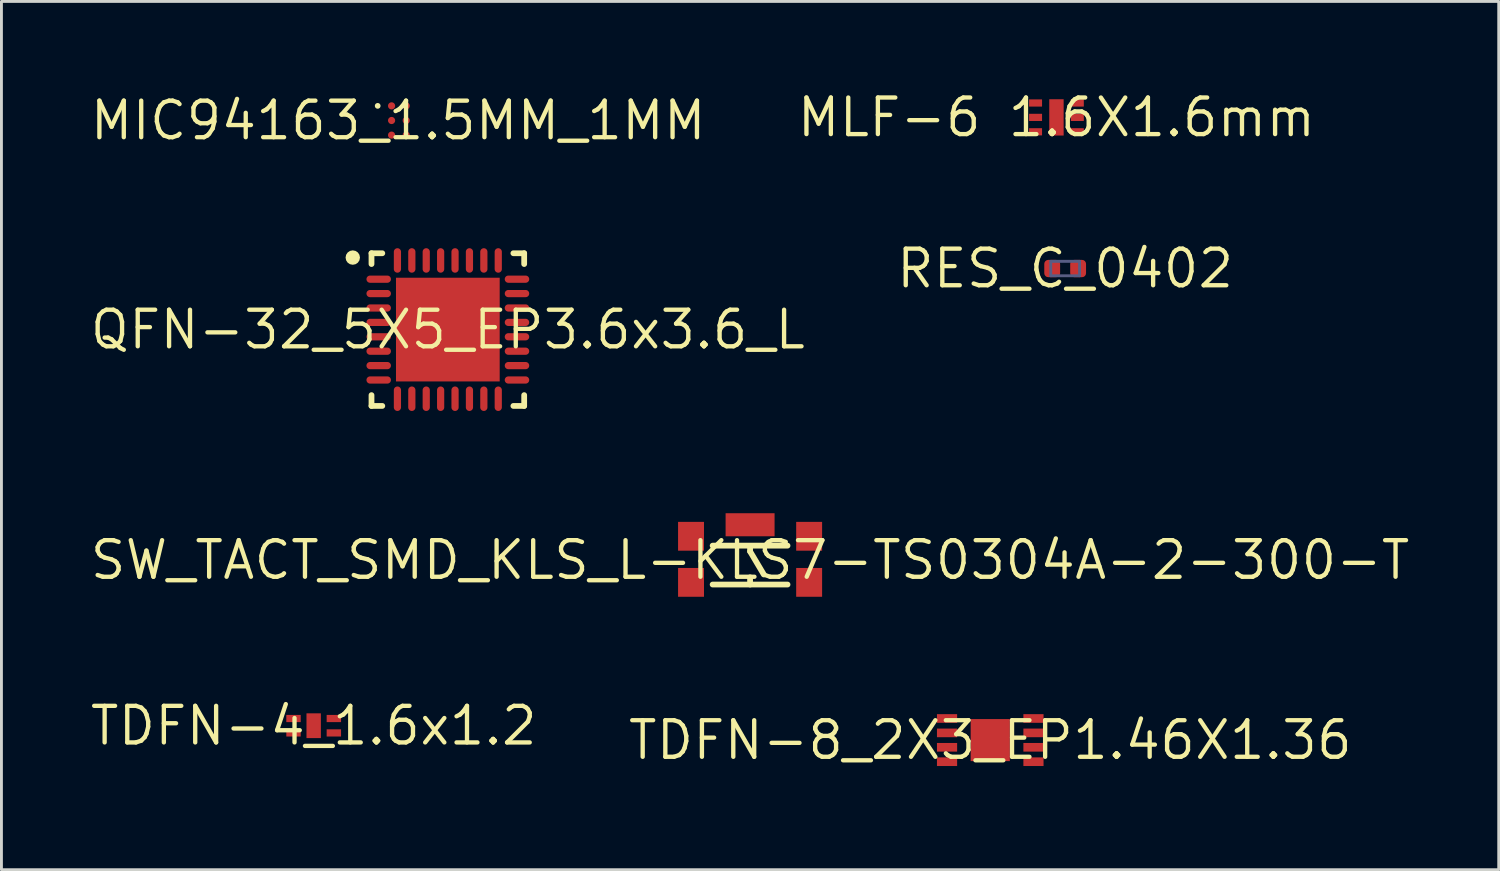
<source format=kicad_pcb>
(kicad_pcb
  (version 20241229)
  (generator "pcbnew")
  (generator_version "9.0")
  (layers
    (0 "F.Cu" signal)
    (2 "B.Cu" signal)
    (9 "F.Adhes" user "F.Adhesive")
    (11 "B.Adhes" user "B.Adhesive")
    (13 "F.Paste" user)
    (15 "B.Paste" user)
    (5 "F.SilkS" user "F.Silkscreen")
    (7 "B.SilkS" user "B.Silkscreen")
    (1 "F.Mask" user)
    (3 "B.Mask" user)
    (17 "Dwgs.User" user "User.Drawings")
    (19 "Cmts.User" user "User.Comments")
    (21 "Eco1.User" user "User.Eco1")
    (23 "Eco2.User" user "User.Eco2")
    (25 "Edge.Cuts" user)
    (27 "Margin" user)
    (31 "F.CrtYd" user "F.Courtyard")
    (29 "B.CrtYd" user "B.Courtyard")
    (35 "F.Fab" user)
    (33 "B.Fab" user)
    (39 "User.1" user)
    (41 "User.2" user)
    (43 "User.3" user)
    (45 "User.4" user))
  (footprint "QFN-32_5X5_EP3.6x3.6_L"
    (layer "F.Cu")
    (at 12.496 8.391)
    (property "Reference" "QFN-32_5X5_EP3.6x3.6_L" (at 0 0 0) (layer "F.SilkS") (effects (font (size 1.27 1.27) (thickness 0.15))))
    (fp_line (start -2.65 -2.65) (end -2.65 -2.275) (stroke (width 0.2) (type solid)) (layer "F.SilkS"))
    (fp_line (start -2.65 2.275) (end -2.65 2.65) (stroke (width 0.2) (type solid)) (layer "F.SilkS"))
    (fp_line (start -2.275 -2.65) (end -2.65 -2.65) (stroke (width 0.2) (type solid)) (layer "F.SilkS"))
    (fp_line (start -2.275 2.65) (end -2.65 2.65) (stroke (width 0.2) (type solid)) (layer "F.SilkS"))
    (fp_line (start 2.65 -2.65) (end 2.275 -2.65) (stroke (width 0.2) (type solid)) (layer "F.SilkS"))
    (fp_line (start 2.65 -2.65) (end 2.65 -2.275) (stroke (width 0.2) (type solid)) (layer "F.SilkS"))
    (fp_line (start 2.65 2.275) (end 2.65 2.65) (stroke (width 0.2) (type solid)) (layer "F.SilkS"))
    (fp_line (start 2.65 2.65) (end 2.275 2.65) (stroke (width 0.2) (type solid)) (layer "F.SilkS"))
    (fp_circle (center -3.3 -2.5) (end -3.3 -2.375) (stroke (width 0.25) (type solid)) (fill no) (layer "F.SilkS"))
    (fp_rect (start -1.404 -0.25) (end -0.254 -1.4) (stroke (width 0) (type default)) (fill yes) (layer "F.Paste"))
    (fp_rect (start -1.404 1.4) (end -0.254 0.25) (stroke (width 0) (type default)) (fill yes) (layer "F.Paste"))
    (fp_rect (start 0.246 -0.25) (end 1.396 -1.4) (stroke (width 0) (type default)) (fill yes) (layer "F.Paste"))
    (fp_rect (start 0.246 1.4) (end 1.396 0.25) (stroke (width 0) (type default)) (fill yes) (layer "F.Paste"))
    (fp_line (start -3.075 -3.075) (end -3.075 3.075) (stroke (width 0.1) (type solid)) (layer "Eco1.User"))
    (fp_line (start 0 -0.5) (end 0 0.5) (stroke (width 0.1) (type solid)) (layer "Eco1.User"))
    (fp_line (start 0.5 0) (end -0.5 0) (stroke (width 0.1) (type solid)) (layer "Eco1.User"))
    (fp_line (start 3.075 -3.075) (end -3.075 -3.075) (stroke (width 0.1) (type solid)) (layer "Eco1.User"))
    (fp_line (start 3.075 -3.075) (end 3.075 3.075) (stroke (width 0.1) (type solid)) (layer "Eco1.User"))
    (fp_line (start 3.075 3.075) (end -3.075 3.075) (stroke (width 0.1) (type solid)) (layer "Eco1.User"))
    (fp_line (start -2.5 -2.5) (end -2.5 2.5) (stroke (width 0.1) (type solid)) (layer "Eco2.User"))
    (fp_line (start 2.5 -2.5) (end -2.5 -2.5) (stroke (width 0.1) (type solid)) (layer "Eco2.User"))
    (fp_line (start 2.5 -2.5) (end 2.5 2.5) (stroke (width 0.1) (type solid)) (layer "Eco2.User"))
    (fp_line (start 2.5 2.5) (end -2.5 2.5) (stroke (width 0.1) (type solid)) (layer "Eco2.User"))
    (fp_circle (center -1.6 -1.6) (end -1.6 -1.1) (stroke (width 0.1) (type solid)) (fill no) (layer "Eco2.User"))
    (fp_text_box "" (start 0.778 1.105) (end 0.778 1.105) (margins 0.406 0.406 0.406 0.406) (angle 180) (layer "F.Cu") (effects (font (size 0.475 0.4) (thickness 0.075)) (justify left bottom)) (border yes) (stroke (width 0.1) (type default)))
    (pad "1" smd oval (at -2.4 -1.75 90) (size 0.25 0.85) (layers "F.Cu" "F.Mask" "F.Paste"))
    (pad "2" smd oval (at -2.4 -1.25 90) (size 0.25 0.85) (layers "F.Cu" "F.Mask" "F.Paste"))
    (pad "3" smd oval (at -2.4 -0.75 90) (size 0.25 0.85) (layers "F.Cu" "F.Mask" "F.Paste"))
    (pad "4" smd oval (at -2.4 -0.25 90) (size 0.25 0.85) (layers "F.Cu" "F.Mask" "F.Paste"))
    (pad "5" smd oval (at -2.4 0.25 90) (size 0.25 0.85) (layers "F.Cu" "F.Mask" "F.Paste"))
    (pad "6" smd oval (at -2.4 0.75 90) (size 0.25 0.85) (layers "F.Cu" "F.Mask" "F.Paste"))
    (pad "7" smd oval (at -2.4 1.25 90) (size 0.25 0.85) (layers "F.Cu" "F.Mask" "F.Paste"))
    (pad "8" smd oval (at -2.4 1.75 90) (size 0.25 0.85) (layers "F.Cu" "F.Mask" "F.Paste"))
    (pad "9" smd oval (at -1.75 2.4) (size 0.25 0.85) (layers "F.Cu" "F.Mask" "F.Paste"))
    (pad "10" smd oval (at -1.25 2.4) (size 0.25 0.85) (layers "F.Cu" "F.Mask" "F.Paste"))
    (pad "11" smd oval (at -0.75 2.4) (size 0.25 0.85) (layers "F.Cu" "F.Mask" "F.Paste"))
    (pad "12" smd oval (at -0.25 2.4) (size 0.25 0.85) (layers "F.Cu" "F.Mask" "F.Paste"))
    (pad "13" smd oval (at 0.25 2.4) (size 0.25 0.85) (layers "F.Cu" "F.Mask" "F.Paste"))
    (pad "14" smd oval (at 0.75 2.4) (size 0.25 0.85) (layers "F.Cu" "F.Mask" "F.Paste"))
    (pad "15" smd oval (at 1.25 2.4) (size 0.25 0.85) (layers "F.Cu" "F.Mask" "F.Paste"))
    (pad "16" smd oval (at 1.75 2.4) (size 0.25 0.85) (layers "F.Cu" "F.Mask" "F.Paste"))
    (pad "17" smd oval (at 2.4 1.75 90) (size 0.25 0.85) (layers "F.Cu" "F.Mask" "F.Paste"))
    (pad "18" smd oval (at 2.4 1.25 90) (size 0.25 0.85) (layers "F.Cu" "F.Mask" "F.Paste"))
    (pad "19" smd oval (at 2.4 0.75 90) (size 0.25 0.85) (layers "F.Cu" "F.Mask" "F.Paste"))
    (pad "20" smd oval (at 2.4 0.25 90) (size 0.25 0.85) (layers "F.Cu" "F.Mask" "F.Paste"))
    (pad "21" smd oval (at 2.4 -0.25 90) (size 0.25 0.85) (layers "F.Cu" "F.Mask" "F.Paste"))
    (pad "22" smd oval (at 2.4 -0.75 90) (size 0.25 0.85) (layers "F.Cu" "F.Mask" "F.Paste"))
    (pad "23" smd oval (at 2.4 -1.25 90) (size 0.25 0.85) (layers "F.Cu" "F.Mask" "F.Paste"))
    (pad "24" smd oval (at 2.4 -1.75 90) (size 0.25 0.85) (layers "F.Cu" "F.Mask" "F.Paste"))
    (pad "25" smd oval (at 1.75 -2.4) (size 0.25 0.85) (layers "F.Cu" "F.Mask" "F.Paste"))
    (pad "26" smd oval (at 1.25 -2.4) (size 0.25 0.85) (layers "F.Cu" "F.Mask" "F.Paste"))
    (pad "27" smd oval (at 0.75 -2.4) (size 0.25 0.85) (layers "F.Cu" "F.Mask" "F.Paste"))
    (pad "28" smd oval (at 0.25 -2.4) (size 0.25 0.85) (layers "F.Cu" "F.Mask" "F.Paste"))
    (pad "29" smd oval (at -0.25 -2.4) (size 0.25 0.85) (layers "F.Cu" "F.Mask" "F.Paste"))
    (pad "30" smd oval (at -0.75 -2.4) (size 0.25 0.85) (layers "F.Cu" "F.Mask" "F.Paste"))
    (pad "31" smd oval (at -1.25 -2.4) (size 0.25 0.85) (layers "F.Cu" "F.Mask" "F.Paste"))
    (pad "32" smd oval (at -1.75 -2.4) (size 0.25 0.85) (layers "F.Cu" "F.Mask" "F.Paste"))
    (pad "33" smd rect (at 0 0) (size 3.6 3.6) (layers "F.Cu" "F.Mask" "F.Paste")))
  (footprint "TDFN-4_1.6x1.2"
    (layer "F.Cu")
    (at 7.839 22.142)
    (property "Reference" "TDFN-4_1.6x1.2" (at 0 0 0) (layer "F.SilkS") (effects (font (size 1.27 1.27) (thickness 0.15))))
    (fp_rect (start -0.75 0.37) (end -0.45 0.13) (stroke (width 0) (type default)) (fill yes) (layer "F.Paste"))
    (fp_line (start -1.2 -0.95) (end 1.2 -0.95) (stroke (width 0.1) (type solid)) (layer "Eco1.User"))
    (fp_line (start -1.2 0.95) (end -1.2 -0.95) (stroke (width 0.1) (type solid)) (layer "Eco1.User"))
    (fp_line (start -1.2 0.95) (end 1.2 0.95) (stroke (width 0.1) (type solid)) (layer "Eco1.User"))
    (fp_line (start -0.5 0) (end 0.5 0) (stroke (width 0.1) (type solid)) (layer "Eco1.User"))
    (fp_line (start 0.00001 0.5) (end 0.00001 -0.5) (stroke (width 0.1) (type solid)) (layer "Eco1.User"))
    (fp_line (start 1.2 0.95) (end 1.2 -0.95) (stroke (width 0.1) (type solid)) (layer "Eco1.User"))
    (fp_line (start -0.8 -0.6) (end 0.8 -0.6) (stroke (width 0.1) (type solid)) (layer "Eco2.User"))
    (fp_line (start -0.8 0.6) (end -0.8 -0.6) (stroke (width 0.1) (type solid)) (layer "Eco2.User"))
    (fp_line (start -0.8 0.6) (end 0.8 0.6) (stroke (width 0.1) (type solid)) (layer "Eco2.User"))
    (fp_line (start 0.8 0.6) (end 0.8 -0.6) (stroke (width 0.1) (type solid)) (layer "Eco2.User"))
    (fp_rect (start -0.8 -0.3) (end -0.5 -0.6) (stroke (width 0.1) (type default)) (fill no) (layer "Eco2.User"))
    (fp_text_box "" (start -1.277 -0.976) (end -1.277 -0.976) (margins 0.95 0.95 0.95 0.95) (angle 270) (layer "F.Cu") (effects (font (size 1.2 1) (thickness 0.2)) (justify left bottom)) (border yes) (stroke (width 0.1) (type default)))
    (fp_text_box "" (start 1.446 0.765) (end 1.446 0.765) (margins 0.406 0.406 0.406 0.406) (angle 90) (layer "F.Cu") (effects (font (size 0.475 0.4) (thickness 0.075)) (justify left bottom)) (border yes) (stroke (width 0.1) (type default)))
    (pad "1" smd rect (at -0.7 -0.25 180) (size 0.5 0.25) (layers "F.Cu" "F.Mask" "F.Paste"))
    (pad "2" smd rect (at -0.7 0.25 180) (size 0.5 0.25) (layers "F.Cu" "F.Mask" "F.Paste"))
    (pad "3" smd rect (at 0.7 0.25 180) (size 0.5 0.25) (layers "F.Cu" "F.Mask" "F.Paste"))
    (pad "4" smd rect (at 0.7 -0.25) (size 0.5 0.25) (layers "F.Cu" "F.Mask" "F.Paste"))
    (pad "5" smd rect (at 0 0) (size 0.5 0.86) (layers "F.Cu" "F.Mask" "F.Paste")))
  (footprint "MLF-6 1.6X1.6mm"
    (layer "F.Cu")
    (at 33.623 1.025)
    (property "Reference" "MLF-6 1.6X1.6mm" (at 0 0 0) (layer "F.SilkS") (effects (font (size 1.27 1.27) (thickness 0.15))))
    (fp_line (start -1.075 -0.975) (end 1.075 -0.975) (stroke (width 0.1) (type solid)) (layer "Eco1.User"))
    (fp_line (start -1.075 0.975) (end -1.075 -0.975) (stroke (width 0.1) (type solid)) (layer "Eco1.User"))
    (fp_line (start -1.075 0.975) (end 1.075 0.975) (stroke (width 0.1) (type solid)) (layer "Eco1.User"))
    (fp_line (start -0.4 0) (end 0.4 0) (stroke (width 0.1) (type solid)) (layer "Eco1.User"))
    (fp_line (start 0 0.4) (end 0 -0.4) (stroke (width 0.1) (type solid)) (layer "Eco1.User"))
    (fp_line (start 1.075 0.975) (end 1.075 -0.975) (stroke (width 0.1) (type solid)) (layer "Eco1.User"))
    (fp_line (start -0.8 -0.8) (end 0.8 -0.8) (stroke (width 0.1) (type solid)) (layer "Eco2.User"))
    (fp_line (start -0.8 0.8) (end -0.8 -0.8) (stroke (width 0.1) (type solid)) (layer "Eco2.User"))
    (fp_line (start -0.8 0.8) (end 0.8 0.8) (stroke (width 0.1) (type solid)) (layer "Eco2.User"))
    (fp_line (start 0.8 0.8) (end 0.8 -0.8) (stroke (width 0.1) (type solid)) (layer "Eco2.User"))
    (fp_text_box "" (start -0.58 -0.35) (end -0.58 -0.35) (margins 0.406 0.406 0.406 0.406) (layer "F.Cu") (effects (font (size 0.475 0.4) (thickness 0.075)) (justify left bottom)) (border yes) (stroke (width 0.1) (type default)))
    (fp_text_box "" (start -1.284 -0.786) (end -1.284 -0.786) (margins 0.598 0.598 0.598 0.598) (layer "F.Cu") (effects (font (size 0.73 0.53) (thickness 0.2)) (justify left bottom)) (border yes) (stroke (width 0.1) (type default)))
    (fp_text_box "" (start -2.476 0.55) (end -2.476 0.55) (margins 0.406 0.406 0.406 0.406) (layer "F.Cu") (effects (font (size 0.475 0.4) (thickness 0.075)) (justify left bottom)) (border yes) (stroke (width 0.1) (type default)))
    (pad "1" smd rect (at -0.725 -0.5) (size 0.45 0.25) (layers "F.Cu" "F.Mask" "F.Paste"))
    (pad "2" smd rect (at -0.725 0) (size 0.45 0.25) (layers "F.Cu" "F.Mask" "F.Paste"))
    (pad "3" smd rect (at -0.725 0.5) (size 0.45 0.25) (layers "F.Cu" "F.Mask" "F.Paste"))
    (pad "4" smd rect (at 0.725 0.5) (size 0.45 0.25) (layers "F.Cu" "F.Mask" "F.Paste"))
    (pad "5" smd rect (at 0.725 0) (size 0.45 0.25) (layers "F.Cu" "F.Mask" "F.Paste"))
    (pad "6" smd rect (at 0.725 -0.5) (size 0.45 0.25) (layers "F.Cu" "F.Mask" "F.Paste"))
    (pad "7" smd rect (at 0 0) (size 0.5 1.26) (layers "F.Cu" "F.Mask" "F.Paste")))
  (footprint "SW_TACT_SMD_KLS_L-KLS7-TS0304A-2-300-T"
    (layer "F.Cu")
    (at 22.988 16.391)
    (property "Reference" "SW_TACT_SMD_KLS_L-KLS7-TS0304A-2-300-T" (at 0 0 0) (layer "F.SilkS") (effects (font (size 1.27 1.27) (thickness 0.15))))
    (fp_line (start 0 -0.475) (end 0 -0.3) (stroke (width 0.2) (type solid)) (layer "F.SilkS"))
    (fp_line (start 0 0.6) (end 0 0.85) (stroke (width 0.2) (type solid)) (layer "F.SilkS"))
    (fp_line (start 0.475 0.5) (end 0 -0.3) (stroke (width 0.2) (type solid)) (layer "F.SilkS"))
    (fp_line (start 1.3 -0.5) (end -1.3 -0.5) (stroke (width 0.2) (type solid)) (layer "F.SilkS"))
    (fp_line (start 1.3 0.85) (end -1.3 0.85) (stroke (width 0.2) (type solid)) (layer "F.SilkS"))
    (fp_line (start -2.7 -1.825) (end -2.7 1.675) (stroke (width 0.1) (type solid)) (layer "Eco1.User"))
    (fp_line (start 0 -0.5) (end 0 -0.025) (stroke (width 0.2) (type solid)) (layer "Eco1.User"))
    (fp_line (start 0 -0.025) (end -0.475 -0.025) (stroke (width 0.2) (type solid)) (layer "Eco1.User"))
    (fp_line (start 0 -0.025) (end 0 0.45) (stroke (width 0.2) (type solid)) (layer "Eco1.User"))
    (fp_line (start 0.475 -0.025) (end 0 -0.025) (stroke (width 0.2) (type solid)) (layer "Eco1.User"))
    (fp_line (start 2.7 -1.825) (end -2.7 -1.825) (stroke (width 0.1) (type solid)) (layer "Eco1.User"))
    (fp_line (start 2.7 -1.825) (end 2.7 1.675) (stroke (width 0.1) (type solid)) (layer "Eco1.User"))
    (fp_line (start 2.7 1.675) (end -2.7 1.675) (stroke (width 0.1) (type solid)) (layer "Eco1.User"))
    (fp_line (start -1.825 -1.525) (end -1.825 1.475) (stroke (width 0.1) (type solid)) (layer "Eco2.User"))
    (fp_line (start 1.825 -1.525) (end -1.825 -1.525) (stroke (width 0.1) (type solid)) (layer "Eco2.User"))
    (fp_line (start 1.825 -1.525) (end 1.825 1.475) (stroke (width 0.1) (type solid)) (layer "Eco2.User"))
    (fp_line (start 1.825 1.475) (end -1.825 1.475) (stroke (width 0.1) (type solid)) (layer "Eco2.User"))
    (fp_text_box "" (start -3.001 -1.171) (end -3.001 -1.171) (margins 0.95 0.95 0.95 0.95) (layer "F.Cu") (effects (font (size 1.2 1) (thickness 0.2)) (justify left bottom)) (border yes) (stroke (width 0.1) (type default)))
    (fp_text_box "" (start 0.804 -0.125) (end 0.804 -0.125) (margins 0.406 0.406 0.406 0.406) (angle 180) (layer "F.Cu") (effects (font (size 0.475 0.4) (thickness 0.075)) (justify left bottom)) (border yes) (stroke (width 0.1) (type default)))
    (fp_text_box "" (start -1.496 -1.05) (end -1.496 -1.05) (margins 0.406 0.406 0.406 0.406) (angle 180) (layer "F.Cu") (effects (font (size 0.475 0.4) (thickness 0.075)) (justify left bottom)) (border yes) (stroke (width 0.1) (type default)))
    (pad "1" smd rect (at -2.05 -0.825) (size 0.9 1) (layers "F.Cu" "F.Mask" "F.Paste"))
    (pad "2" smd rect (at 2.05 -0.825) (size 0.9 1) (layers "F.Cu" "F.Mask" "F.Paste"))
    (pad "3" smd rect (at 2.05 0.775) (size 0.9 1) (layers "F.Cu" "F.Mask" "F.Paste"))
    (pad "4" smd rect (at -2.05 0.775) (size 0.9 1) (layers "F.Cu" "F.Mask" "F.Paste"))
    (pad "5" smd rect (at 0 -1.225) (size 1.7 0.8) (layers "F.Cu" "F.Mask" "F.Paste")))
  (footprint "MIC94163_1.5MM_1MM"
    (layer "F.Cu")
    (at 10.772 1.133)
    (property "Reference" "MIC94163_1.5MM_1MM" (at 0 0 0) (layer "F.SilkS") (effects (font (size 1.27 1.27) (thickness 0.15))))
    (fp_circle (center -0.711 -0.508) (end -0.711 -0.458) (stroke (width 0.1) (type solid)) (fill no) (layer "F.SilkS"))
    (fp_line (start -0.911 -1.083) (end -0.911 1.083) (stroke (width 0.1) (type solid)) (layer "Eco1.User"))
    (fp_line (start 0 -0.5) (end 0 0.5) (stroke (width 0.1) (type solid)) (layer "Eco1.User"))
    (fp_line (start 0.5 0) (end -0.5 0) (stroke (width 0.1) (type solid)) (layer "Eco1.User"))
    (fp_line (start 0.708 -1.083) (end -0.914 -1.083) (stroke (width 0.1) (type solid)) (layer "Eco1.User"))
    (fp_line (start 0.708 -1.083) (end 0.708 1.083) (stroke (width 0.1) (type solid)) (layer "Eco1.User"))
    (fp_line (start 0.708 1.083) (end -0.914 1.083) (stroke (width 0.1) (type solid)) (layer "Eco1.User"))
    (fp_line (start -0.483 -0.762) (end -0.483 0.762) (stroke (width 0.1) (type solid)) (layer "Eco2.User"))
    (fp_line (start 0.533 -0.762) (end -0.483 -0.762) (stroke (width 0.1) (type solid)) (layer "Eco2.User"))
    (fp_line (start 0.533 -0.762) (end 0.533 0.762) (stroke (width 0.1) (type solid)) (layer "Eco2.User"))
    (fp_line (start 0.533 0.762) (end -0.483 0.762) (stroke (width 0.1) (type solid)) (layer "Eco2.User"))
    (fp_circle (center -0.254 -0.508) (end -0.254 -0.458) (stroke (width 0.1) (type solid)) (fill no) (layer "Eco2.User"))
    (fp_text_box "" (start -1.062 -0.717) (end -1.062 -0.717) (margins 0.406 0.406 0.406 0.406) (angle 270) (layer "F.Cu") (effects (font (size 0.475 0.4) (thickness 0.075)) (justify left bottom)) (border yes) (stroke (width 0.1) (type default)))
    (pad "A1" smd circle (at -0.229 -0.508 90) (size 0.25 0.25) (layers "F.Cu" "F.Mask" "F.Paste"))
    (pad "A2" smd circle (at 0.279 -0.508 90) (size 0.25 0.25) (layers "F.Cu" "F.Mask" "F.Paste"))
    (pad "B1" smd circle (at -0.229 0 90) (size 0.25 0.25) (layers "F.Cu" "F.Mask" "F.Paste"))
    (pad "B2" smd circle (at 0.279 0 90) (size 0.25 0.25) (layers "F.Cu" "F.Mask" "F.Paste"))
    (pad "C1" smd circle (at -0.229 0.508 90) (size 0.25 0.25) (layers "F.Cu" "F.Mask" "F.Paste"))
    (pad "C2" smd circle (at 0.279 0.508 90) (size 0.25 0.25) (layers "F.Cu" "F.Mask" "F.Paste")))
  (footprint "RES_C_0402"
    (layer "F.Cu")
    (at 33.925 6.272)
    (property "Reference" "RES_C_0402" (at 0 0 0) (layer "F.SilkS") (effects (font (size 1.27 1.27) (thickness 0.15))))
    (fp_line (start -0.95 -0.5) (end -0.95 0.5) (stroke (width 0.1) (type solid)) (layer "Eco1.User"))
    (fp_line (start -0.95 -0.5) (end 0.95 -0.5) (stroke (width 0.1) (type solid)) (layer "Eco1.User"))
    (fp_line (start -0.95 0.5) (end 0.95 0.5) (stroke (width 0.1) (type solid)) (layer "Eco1.User"))
    (fp_line (start -0.25 0) (end 0.25 0) (stroke (width 0.1) (type solid)) (layer "Eco1.User"))
    (fp_line (start 0 -0.25) (end 0 0.25) (stroke (width 0.1) (type solid)) (layer "Eco1.User"))
    (fp_line (start 0.95 -0.5) (end 0.95 0.5) (stroke (width 0.1) (type solid)) (layer "Eco1.User"))
    (fp_line (start -0.5 -0.25) (end -0.5 0.25) (stroke (width 0.1) (type solid)) (layer "Eco2.User"))
    (fp_line (start -0.5 -0.25) (end 0.5 -0.25) (stroke (width 0.1) (type solid)) (layer "Eco2.User"))
    (fp_line (start -0.5 0.25) (end 0.5 0.25) (stroke (width 0.1) (type solid)) (layer "Eco2.User"))
    (fp_line (start 0.5 -0.25) (end 0.5 0.25) (stroke (width 0.1) (type solid)) (layer "Eco2.User"))
    (fp_line (start -0.5 -0.25) (end -0.5 0.25) (stroke (width 0.1) (type solid)) (layer "B.Fab"))
    (fp_line (start -0.5 -0.25) (end 0.5 -0.25) (stroke (width 0.1) (type solid)) (layer "B.Fab"))
    (fp_line (start -0.5 0.25) (end 0.5 0.25) (stroke (width 0.1) (type solid)) (layer "B.Fab"))
    (fp_line (start 0.5 -0.25) (end 0.5 0.25) (stroke (width 0.1) (type solid)) (layer "B.Fab"))
    (fp_text_box "" (start -1.65 0.145) (end -1.65 0.145) (margins 0.312 0.312 0.312 0.312) (layer "F.Cu") (effects (font (size 0.35 0.3) (thickness 0.05)) (justify left bottom)) (border yes) (stroke (width 0.1) (type default)))
    (pad "1" smd roundrect (at -0.45 0) (size 0.55 0.6) (layers "F.Cu" "F.Mask" "F.Paste") (roundrect_rratio 0.25))
    (pad "2" smd roundrect (at 0.45 0) (size 0.55 0.6) (layers "F.Cu" "F.Mask" "F.Paste") (roundrect_rratio 0.25)))
  (footprint "TDFN-8_2X3_EP1.46X1.36"
    (layer "F.Cu")
    (at 31.325 22.641)
    (property "Reference" "TDFN-8_2X3_EP1.46X1.36" (at 0 0 0) (layer "F.SilkS") (effects (font (size 1.27 1.27) (thickness 0.15))))
    (fp_line (start -2.1 -1.475) (end 2.1 -1.475) (stroke (width 0.1) (type solid)) (layer "Eco1.User"))
    (fp_line (start -2.1 1.45) (end -2.1 -1.475) (stroke (width 0.1) (type solid)) (layer "Eco1.User"))
    (fp_line (start -2.1 1.45) (end 2.1 1.45) (stroke (width 0.1) (type solid)) (layer "Eco1.User"))
    (fp_line (start -0.5 0) (end 0.5 0) (stroke (width 0.1) (type solid)) (layer "Eco1.User"))
    (fp_line (start 0 0.5) (end 0 -0.5) (stroke (width 0.1) (type solid)) (layer "Eco1.User"))
    (fp_line (start 2.1 1.45) (end 2.1 -1.475) (stroke (width 0.1) (type solid)) (layer "Eco1.User"))
    (fp_line (start -1.5 -1) (end 1.5 -1) (stroke (width 0.1) (type solid)) (layer "Eco2.User"))
    (fp_line (start -1.5 1) (end -1.5 -1) (stroke (width 0.1) (type solid)) (layer "Eco2.User"))
    (fp_line (start -1.5 1) (end 1.5 1) (stroke (width 0.1) (type solid)) (layer "Eco2.User"))
    (fp_line (start 1.5 1) (end 1.5 -1) (stroke (width 0.1) (type solid)) (layer "Eco2.User"))
    (fp_text_box "" (start -0.725 0.602) (end -0.725 0.602) (margins 0.406 0.406 0.406 0.406) (layer "F.Cu") (effects (font (size 0.475 0.4) (thickness 0.075)) (justify left bottom)) (border yes) (stroke (width 0.1) (type default)))
    (fp_text_box "" (start -2.3 -0.748) (end -2.3 -0.748) (margins 0.95 0.95 0.95 0.95) (angle 90) (layer "F.Cu") (effects (font (size 1.2 1) (thickness 0.2)) (justify left bottom)) (border yes) (stroke (width 0.1) (type default)))
    (fp_text_box "" (start -0.875 -0.7) (end -0.875 -0.7) (margins 0.406 0.406 0.406 0.406) (angle 90) (layer "F.Cu") (effects (font (size 0.475 0.4) (thickness 0.075)) (justify left bottom)) (border yes) (stroke (width 0.1) (type default)))
    (pad "1" smd rect (at -1.5 -0.75 90) (size 0.3 0.7) (layers "F.Cu" "F.Mask" "F.Paste"))
    (pad "2" smd rect (at -1.5 -0.25 90) (size 0.3 0.7) (layers "F.Cu" "F.Mask" "F.Paste"))
    (pad "3" smd rect (at -1.5 0.25 90) (size 0.3 0.7) (layers "F.Cu" "F.Mask" "F.Paste"))
    (pad "4" smd rect (at -1.5 0.75 90) (size 0.3 0.7) (layers "F.Cu" "F.Mask" "F.Paste"))
    (pad "5" smd rect (at 1.5 0.75 90) (size 0.3 0.7) (layers "F.Cu" "F.Mask" "F.Paste"))
    (pad "6" smd rect (at 1.5 0.25 90) (size 0.3 0.7) (layers "F.Cu" "F.Mask" "F.Paste"))
    (pad "7" smd rect (at 1.5 -0.25 90) (size 0.3 0.7) (layers "F.Cu" "F.Mask" "F.Paste"))
    (pad "8" smd rect (at 1.5 -0.75 90) (size 0.3 0.7) (layers "F.Cu" "F.Mask" "F.Paste"))
    (pad "9" smd rect (at 0 0 90) (size 1.46 1.36) (layers "F.Cu" "F.Mask" "F.Paste")))
  (gr_rect
    (start -3 -3)
    (end 48.976 27.141)
    (stroke (width 0.1) (type default))
    (fill no)
    (layer "Edge.Cuts")))
</source>
